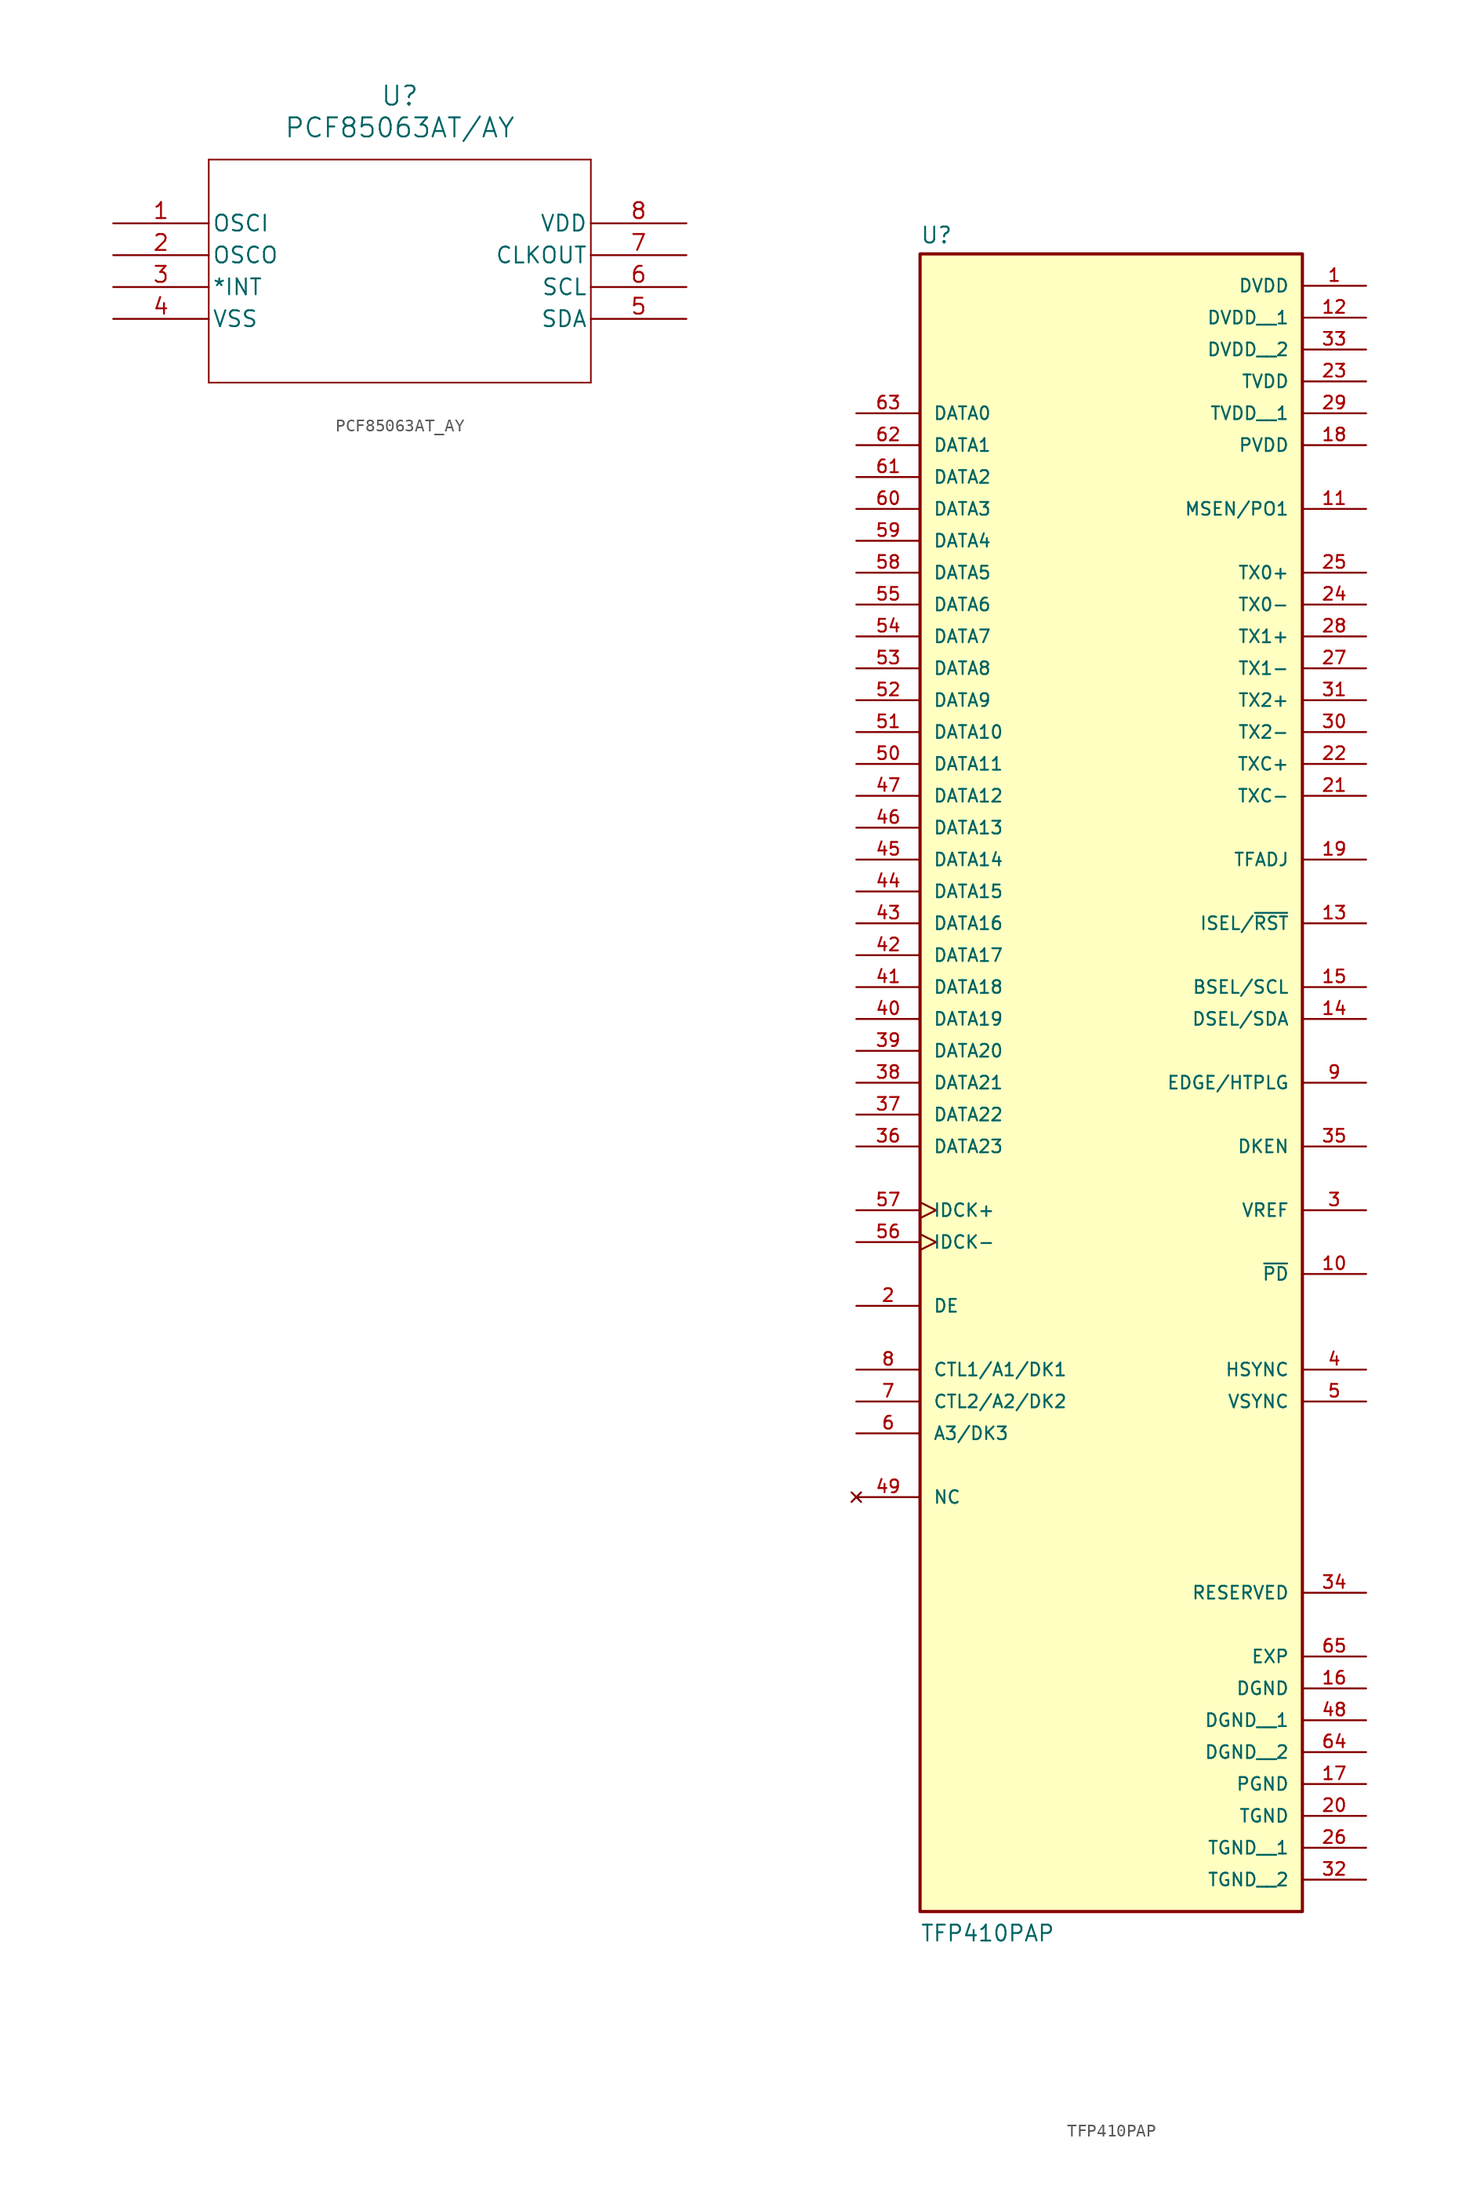
<source format=kicad_sym>
(kicad_symbol_lib
  (version 20231120)
  (generator "kicad_symbol_editor")
  (generator_version "8.0")
  (symbol "PCF85063AT_AY"
    (pin_names
      (offset 0.254))
    (property "Reference" "U"
      (at 22.86 10.16 0)
      (effects (font (size 1.524 1.524))))
    (property "Value" "PCF85063AT/AY"
      (at 22.86 7.62 0)
      (effects (font (size 1.524 1.524))))
    (symbol "PCF85063AT_AY_0_1"
      (polyline (pts (xy 7.62 -12.7) (xy 38.1 -12.7)) (stroke (width 0.127) (type default)) (fill (type none)))
      (polyline (pts (xy 7.62 5.08) (xy 7.62 -12.7)) (stroke (width 0.127) (type default)) (fill (type none)))
      (polyline (pts (xy 38.1 -12.7) (xy 38.1 5.08)) (stroke (width 0.127) (type default)) (fill (type none)))
      (polyline (pts (xy 38.1 5.08) (xy 7.62 5.08)) (stroke (width 0.127) (type default)) (fill (type none)))
      (pin input line (at 0 0 0) (length 7.62) (name "OSCI" (effects (font (size 1.27 1.27)))) (number "1" (effects (font (size 1.27 1.27)))))
      (pin output line (at 0 -2.54 0) (length 7.62) (name "OSCO" (effects (font (size 1.27 1.27)))) (number "2" (effects (font (size 1.27 1.27)))))
      (pin output line (at 0 -5.08 0) (length 7.62) (name "*INT" (effects (font (size 1.27 1.27)))) (number "3" (effects (font (size 1.27 1.27)))))
      (pin power_out line (at 0 -7.62 0) (length 7.62) (name "VSS" (effects (font (size 1.27 1.27)))) (number "4" (effects (font (size 1.27 1.27)))))
      (pin bidirectional line (at 45.72 -7.62 180) (length 7.62) (name "SDA" (effects (font (size 1.27 1.27)))) (number "5" (effects (font (size 1.27 1.27)))))
      (pin input line (at 45.72 -5.08 180) (length 7.62) (name "SCL" (effects (font (size 1.27 1.27)))) (number "6" (effects (font (size 1.27 1.27)))))
      (pin output line (at 45.72 -2.54 180) (length 7.62) (name "CLKOUT" (effects (font (size 1.27 1.27)))) (number "7" (effects (font (size 1.27 1.27)))))
      (pin power_in line (at 45.72 0 180) (length 7.62) (name "VDD" (effects (font (size 1.27 1.27)))) (number "8" (effects (font (size 1.27 1.27)))))))
  (symbol "TFP410PAP"
    (pin_names
      (offset 1.016))
    (property "Reference" "U"
      (at -15.24 56.626 0)
      (effects (font (size 1.27 1.27)) (justify left bottom)))
    (property "Value" "TFP410PAP"
      (at -15.24 -78.676 0)
      (effects (font (size 1.27 1.27)) (justify left bottom)))
    (symbol "TFP410PAP_0_0"
      (rectangle (start -15.24 -76.2) (end 15.24 55.88) (stroke (width 0.254) (type default)) (fill (type background)))
      (pin power_in line (at 20.32 53.34 180) (length 5.08) (name "DVDD" (effects (font (size 1.016 1.016)))) (number "1" (effects (font (size 1.016 1.016)))))
      (pin input line (at 20.32 -25.4 180) (length 5.08) (name "~{PD}" (effects (font (size 1.016 1.016)))) (number "10" (effects (font (size 1.016 1.016)))))
      (pin output line (at 20.32 35.56 180) (length 5.08) (name "MSEN/PO1" (effects (font (size 1.016 1.016)))) (number "11" (effects (font (size 1.016 1.016)))))
      (pin power_in line (at 20.32 50.8 180) (length 5.08) (name "DVDD__1" (effects (font (size 1.016 1.016)))) (number "12" (effects (font (size 1.016 1.016)))))
      (pin input line (at 20.32 2.54 180) (length 5.08) (name "ISEL/~{RST}" (effects (font (size 1.016 1.016)))) (number "13" (effects (font (size 1.016 1.016)))))
      (pin bidirectional line (at 20.32 -5.08 180) (length 5.08) (name "DSEL/SDA" (effects (font (size 1.016 1.016)))) (number "14" (effects (font (size 1.016 1.016)))))
      (pin input line (at 20.32 -2.54 180) (length 5.08) (name "BSEL/SCL" (effects (font (size 1.016 1.016)))) (number "15" (effects (font (size 1.016 1.016)))))
      (pin power_in line (at 20.32 -58.42 180) (length 5.08) (name "DGND" (effects (font (size 1.016 1.016)))) (number "16" (effects (font (size 1.016 1.016)))))
      (pin power_in line (at 20.32 -66.04 180) (length 5.08) (name "PGND" (effects (font (size 1.016 1.016)))) (number "17" (effects (font (size 1.016 1.016)))))
      (pin power_in line (at 20.32 40.64 180) (length 5.08) (name "PVDD" (effects (font (size 1.016 1.016)))) (number "18" (effects (font (size 1.016 1.016)))))
      (pin input line (at 20.32 7.62 180) (length 5.08) (name "TFADJ" (effects (font (size 1.016 1.016)))) (number "19" (effects (font (size 1.016 1.016)))))
      (pin input line (at -20.32 -27.94 0) (length 5.08) (name "DE" (effects (font (size 1.016 1.016)))) (number "2" (effects (font (size 1.016 1.016)))))
      (pin power_in line (at 20.32 -68.58 180) (length 5.08) (name "TGND" (effects (font (size 1.016 1.016)))) (number "20" (effects (font (size 1.016 1.016)))))
      (pin output line (at 20.32 12.7 180) (length 5.08) (name "TXC-" (effects (font (size 1.016 1.016)))) (number "21" (effects (font (size 1.016 1.016)))))
      (pin output line (at 20.32 15.24 180) (length 5.08) (name "TXC+" (effects (font (size 1.016 1.016)))) (number "22" (effects (font (size 1.016 1.016)))))
      (pin power_in line (at 20.32 45.72 180) (length 5.08) (name "TVDD" (effects (font (size 1.016 1.016)))) (number "23" (effects (font (size 1.016 1.016)))))
      (pin output line (at 20.32 27.94 180) (length 5.08) (name "TX0-" (effects (font (size 1.016 1.016)))) (number "24" (effects (font (size 1.016 1.016)))))
      (pin output line (at 20.32 30.48 180) (length 5.08) (name "TX0+" (effects (font (size 1.016 1.016)))) (number "25" (effects (font (size 1.016 1.016)))))
      (pin power_in line (at 20.32 -71.12 180) (length 5.08) (name "TGND__1" (effects (font (size 1.016 1.016)))) (number "26" (effects (font (size 1.016 1.016)))))
      (pin output line (at 20.32 22.86 180) (length 5.08) (name "TX1-" (effects (font (size 1.016 1.016)))) (number "27" (effects (font (size 1.016 1.016)))))
      (pin output line (at 20.32 25.4 180) (length 5.08) (name "TX1+" (effects (font (size 1.016 1.016)))) (number "28" (effects (font (size 1.016 1.016)))))
      (pin power_in line (at 20.32 43.18 180) (length 5.08) (name "TVDD__1" (effects (font (size 1.016 1.016)))) (number "29" (effects (font (size 1.016 1.016)))))
      (pin input line (at 20.32 -20.32 180) (length 5.08) (name "VREF" (effects (font (size 1.016 1.016)))) (number "3" (effects (font (size 1.016 1.016)))))
      (pin output line (at 20.32 17.78 180) (length 5.08) (name "TX2-" (effects (font (size 1.016 1.016)))) (number "30" (effects (font (size 1.016 1.016)))))
      (pin output line (at 20.32 20.32 180) (length 5.08) (name "TX2+" (effects (font (size 1.016 1.016)))) (number "31" (effects (font (size 1.016 1.016)))))
      (pin power_in line (at 20.32 -73.66 180) (length 5.08) (name "TGND__2" (effects (font (size 1.016 1.016)))) (number "32" (effects (font (size 1.016 1.016)))))
      (pin power_in line (at 20.32 48.26 180) (length 5.08) (name "DVDD__2" (effects (font (size 1.016 1.016)))) (number "33" (effects (font (size 1.016 1.016)))))
      (pin passive line (at 20.32 -50.8 180) (length 5.08) (name "RESERVED" (effects (font (size 1.016 1.016)))) (number "34" (effects (font (size 1.016 1.016)))))
      (pin input line (at 20.32 -15.24 180) (length 5.08) (name "DKEN" (effects (font (size 1.016 1.016)))) (number "35" (effects (font (size 1.016 1.016)))))
      (pin input line (at -20.32 -15.24 0) (length 5.08) (name "DATA23" (effects (font (size 1.016 1.016)))) (number "36" (effects (font (size 1.016 1.016)))))
      (pin input line (at -20.32 -12.7 0) (length 5.08) (name "DATA22" (effects (font (size 1.016 1.016)))) (number "37" (effects (font (size 1.016 1.016)))))
      (pin input line (at -20.32 -10.16 0) (length 5.08) (name "DATA21" (effects (font (size 1.016 1.016)))) (number "38" (effects (font (size 1.016 1.016)))))
      (pin input line (at -20.32 -7.62 0) (length 5.08) (name "DATA20" (effects (font (size 1.016 1.016)))) (number "39" (effects (font (size 1.016 1.016)))))
      (pin input line (at 20.32 -33.02 180) (length 5.08) (name "HSYNC" (effects (font (size 1.016 1.016)))) (number "4" (effects (font (size 1.016 1.016)))))
      (pin input line (at -20.32 -5.08 0) (length 5.08) (name "DATA19" (effects (font (size 1.016 1.016)))) (number "40" (effects (font (size 1.016 1.016)))))
      (pin input line (at -20.32 -2.54 0) (length 5.08) (name "DATA18" (effects (font (size 1.016 1.016)))) (number "41" (effects (font (size 1.016 1.016)))))
      (pin input line (at -20.32 0 0) (length 5.08) (name "DATA17" (effects (font (size 1.016 1.016)))) (number "42" (effects (font (size 1.016 1.016)))))
      (pin input line (at -20.32 2.54 0) (length 5.08) (name "DATA16" (effects (font (size 1.016 1.016)))) (number "43" (effects (font (size 1.016 1.016)))))
      (pin input line (at -20.32 5.08 0) (length 5.08) (name "DATA15" (effects (font (size 1.016 1.016)))) (number "44" (effects (font (size 1.016 1.016)))))
      (pin input line (at -20.32 7.62 0) (length 5.08) (name "DATA14" (effects (font (size 1.016 1.016)))) (number "45" (effects (font (size 1.016 1.016)))))
      (pin input line (at -20.32 10.16 0) (length 5.08) (name "DATA13" (effects (font (size 1.016 1.016)))) (number "46" (effects (font (size 1.016 1.016)))))
      (pin input line (at -20.32 12.7 0) (length 5.08) (name "DATA12" (effects (font (size 1.016 1.016)))) (number "47" (effects (font (size 1.016 1.016)))))
      (pin power_in line (at 20.32 -60.96 180) (length 5.08) (name "DGND__1" (effects (font (size 1.016 1.016)))) (number "48" (effects (font (size 1.016 1.016)))))
      (pin no_connect line (at -20.32 -43.18 0) (length 5.08) (name "NC" (effects (font (size 1.016 1.016)))) (number "49" (effects (font (size 1.016 1.016)))))
      (pin input line (at 20.32 -35.56 180) (length 5.08) (name "VSYNC" (effects (font (size 1.016 1.016)))) (number "5" (effects (font (size 1.016 1.016)))))
      (pin input line (at -20.32 15.24 0) (length 5.08) (name "DATA11" (effects (font (size 1.016 1.016)))) (number "50" (effects (font (size 1.016 1.016)))))
      (pin input line (at -20.32 17.78 0) (length 5.08) (name "DATA10" (effects (font (size 1.016 1.016)))) (number "51" (effects (font (size 1.016 1.016)))))
      (pin input line (at -20.32 20.32 0) (length 5.08) (name "DATA9" (effects (font (size 1.016 1.016)))) (number "52" (effects (font (size 1.016 1.016)))))
      (pin input line (at -20.32 22.86 0) (length 5.08) (name "DATA8" (effects (font (size 1.016 1.016)))) (number "53" (effects (font (size 1.016 1.016)))))
      (pin input line (at -20.32 25.4 0) (length 5.08) (name "DATA7" (effects (font (size 1.016 1.016)))) (number "54" (effects (font (size 1.016 1.016)))))
      (pin input line (at -20.32 27.94 0) (length 5.08) (name "DATA6" (effects (font (size 1.016 1.016)))) (number "55" (effects (font (size 1.016 1.016)))))
      (pin input clock (at -20.32 -22.86 0) (length 5.08) (name "IDCK-" (effects (font (size 1.016 1.016)))) (number "56" (effects (font (size 1.016 1.016)))))
      (pin input clock (at -20.32 -20.32 0) (length 5.08) (name "IDCK+" (effects (font (size 1.016 1.016)))) (number "57" (effects (font (size 1.016 1.016)))))
      (pin input line (at -20.32 30.48 0) (length 5.08) (name "DATA5" (effects (font (size 1.016 1.016)))) (number "58" (effects (font (size 1.016 1.016)))))
      (pin input line (at -20.32 33.02 0) (length 5.08) (name "DATA4" (effects (font (size 1.016 1.016)))) (number "59" (effects (font (size 1.016 1.016)))))
      (pin input line (at -20.32 -38.1 0) (length 5.08) (name "A3/DK3" (effects (font (size 1.016 1.016)))) (number "6" (effects (font (size 1.016 1.016)))))
      (pin input line (at -20.32 35.56 0) (length 5.08) (name "DATA3" (effects (font (size 1.016 1.016)))) (number "60" (effects (font (size 1.016 1.016)))))
      (pin input line (at -20.32 38.1 0) (length 5.08) (name "DATA2" (effects (font (size 1.016 1.016)))) (number "61" (effects (font (size 1.016 1.016)))))
      (pin input line (at -20.32 40.64 0) (length 5.08) (name "DATA1" (effects (font (size 1.016 1.016)))) (number "62" (effects (font (size 1.016 1.016)))))
      (pin input line (at -20.32 43.18 0) (length 5.08) (name "DATA0" (effects (font (size 1.016 1.016)))) (number "63" (effects (font (size 1.016 1.016)))))
      (pin power_in line (at 20.32 -63.5 180) (length 5.08) (name "DGND__2" (effects (font (size 1.016 1.016)))) (number "64" (effects (font (size 1.016 1.016)))))
      (pin power_in line (at 20.32 -55.88 180) (length 5.08) (name "EXP" (effects (font (size 1.016 1.016)))) (number "65" (effects (font (size 1.016 1.016)))))
      (pin input line (at -20.32 -35.56 0) (length 5.08) (name "CTL2/A2/DK2" (effects (font (size 1.016 1.016)))) (number "7" (effects (font (size 1.016 1.016)))))
      (pin input line (at -20.32 -33.02 0) (length 5.08) (name "CTL1/A1/DK1" (effects (font (size 1.016 1.016)))) (number "8" (effects (font (size 1.016 1.016)))))
      (pin input line (at 20.32 -10.16 180) (length 5.08) (name "EDGE/HTPLG" (effects (font (size 1.016 1.016)))) (number "9" (effects (font (size 1.016 1.016))))))))
</source>
